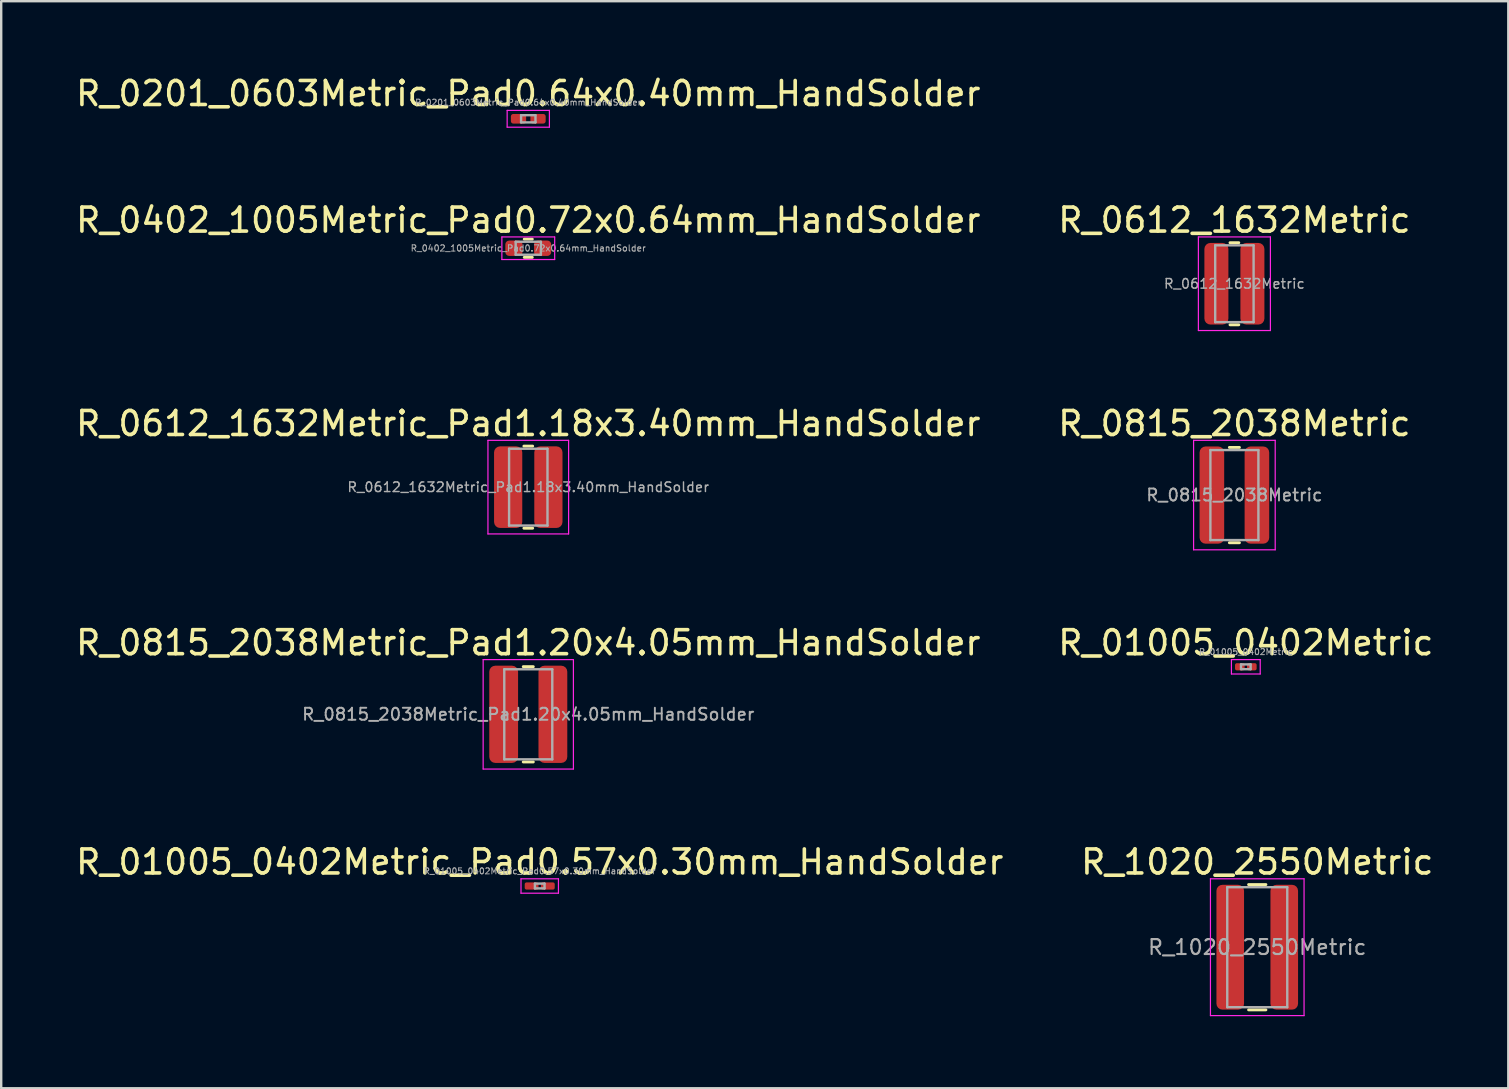
<source format=kicad_pcb>
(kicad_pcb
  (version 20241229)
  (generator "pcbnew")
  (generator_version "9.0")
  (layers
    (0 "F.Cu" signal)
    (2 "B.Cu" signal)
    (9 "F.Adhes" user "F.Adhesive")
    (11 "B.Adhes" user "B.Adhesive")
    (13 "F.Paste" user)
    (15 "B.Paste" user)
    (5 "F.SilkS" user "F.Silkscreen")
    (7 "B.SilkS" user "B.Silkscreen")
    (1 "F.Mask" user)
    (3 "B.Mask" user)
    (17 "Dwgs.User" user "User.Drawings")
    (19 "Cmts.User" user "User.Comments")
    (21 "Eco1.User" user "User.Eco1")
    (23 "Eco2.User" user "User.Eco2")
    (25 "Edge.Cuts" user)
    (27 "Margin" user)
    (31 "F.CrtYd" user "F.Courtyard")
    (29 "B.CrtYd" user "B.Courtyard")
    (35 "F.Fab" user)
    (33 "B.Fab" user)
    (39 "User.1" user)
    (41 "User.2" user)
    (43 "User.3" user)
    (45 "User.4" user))
  (footprint "R_01005_0402Metric_Pad0.57x0.30mm_HandSolder"
    (layer "F.Cu")
    (at 19.435 33.861)
    (property "Reference" "R_01005_0402Metric_Pad0.57x0.30mm_HandSolder" (at 0 -1 0) (layer "F.SilkS") (effects (font (size 1 1) (thickness 0.15))))
    (attr smd)
    (fp_line (start -0.78 -0.3) (end 0.78 -0.3) (stroke (width 0.05) (type solid)) (layer "F.CrtYd"))
    (fp_line (start -0.78 0.3) (end -0.78 -0.3) (stroke (width 0.05) (type solid)) (layer "F.CrtYd"))
    (fp_line (start 0.78 -0.3) (end 0.78 0.3) (stroke (width 0.05) (type solid)) (layer "F.CrtYd"))
    (fp_line (start 0.78 0.3) (end -0.78 0.3) (stroke (width 0.05) (type solid)) (layer "F.CrtYd"))
    (fp_line (start -0.2 -0.1) (end 0.2 -0.1) (stroke (width 0.1) (type solid)) (layer "F.Fab"))
    (fp_line (start -0.2 0.1) (end -0.2 -0.1) (stroke (width 0.1) (type solid)) (layer "F.Fab"))
    (fp_line (start 0.2 -0.1) (end 0.2 0.1) (stroke (width 0.1) (type solid)) (layer "F.Fab"))
    (fp_line (start 0.2 0.1) (end -0.2 0.1) (stroke (width 0.1) (type solid)) (layer "F.Fab"))
    (fp_text user "${REFERENCE}" (at 0 -0.62 0) (layer "F.Fab") (effects (font (size 0.25 0.25) (thickness 0.04))))
    (pad "" smd roundrect (at -0.362 0) (size 0.41 0.27) (layers "F.Paste") (roundrect_rratio 0.25))
    (pad "" smd roundrect (at 0.362 0) (size 0.41 0.27) (layers "F.Paste") (roundrect_rratio 0.25))
    (pad "1" smd roundrect (at -0.338 0) (size 0.575 0.3) (layers "F.Cu" "F.Mask") (roundrect_rratio 0.25))
    (pad "2" smd roundrect (at 0.338 0) (size 0.575 0.3) (layers "F.Cu" "F.Mask") (roundrect_rratio 0.25)))
  (footprint "R_01005_0402Metric"
    (layer "F.Cu")
    (at 48.851 24.728)
    (property "Reference" "R_01005_0402Metric" (at 0 -1 0) (layer "F.SilkS") (effects (font (size 1 1) (thickness 0.15))))
    (attr smd)
    (fp_line (start -0.6 -0.3) (end 0.6 -0.3) (stroke (width 0.05) (type solid)) (layer "F.CrtYd"))
    (fp_line (start -0.6 0.3) (end -0.6 -0.3) (stroke (width 0.05) (type solid)) (layer "F.CrtYd"))
    (fp_line (start 0.6 -0.3) (end 0.6 0.3) (stroke (width 0.05) (type solid)) (layer "F.CrtYd"))
    (fp_line (start 0.6 0.3) (end -0.6 0.3) (stroke (width 0.05) (type solid)) (layer "F.CrtYd"))
    (fp_line (start -0.2 -0.1) (end 0.2 -0.1) (stroke (width 0.1) (type solid)) (layer "F.Fab"))
    (fp_line (start -0.2 0.1) (end -0.2 -0.1) (stroke (width 0.1) (type solid)) (layer "F.Fab"))
    (fp_line (start 0.2 -0.1) (end 0.2 0.1) (stroke (width 0.1) (type solid)) (layer "F.Fab"))
    (fp_line (start 0.2 0.1) (end -0.2 0.1) (stroke (width 0.1) (type solid)) (layer "F.Fab"))
    (fp_text user "${REFERENCE}" (at 0 -0.62 0) (layer "F.Fab") (effects (font (size 0.25 0.25) (thickness 0.04))))
    (pad "" smd roundrect (at -0.275 0) (size 0.27 0.27) (layers "F.Paste") (roundrect_rratio 0.25))
    (pad "" smd roundrect (at 0.275 0) (size 0.27 0.27) (layers "F.Paste") (roundrect_rratio 0.25))
    (pad "1" smd roundrect (at -0.25 0) (size 0.4 0.3) (layers "F.Cu" "F.Mask") (roundrect_rratio 0.25))
    (pad "2" smd roundrect (at 0.25 0) (size 0.4 0.3) (layers "F.Cu" "F.Mask") (roundrect_rratio 0.25)))
  (footprint "R_0612_1632Metric"
    (layer "F.Cu")
    (at 48.375 8.771)
    (property "Reference" "R_0612_1632Metric" (at 0 -2.65 0) (layer "F.SilkS") (effects (font (size 1 1) (thickness 0.15))))
    (attr smd)
    (fp_line (start -0.183 -1.71) (end 0.183 -1.71) (stroke (width 0.12) (type solid)) (layer "F.SilkS"))
    (fp_line (start -0.183 1.71) (end 0.183 1.71) (stroke (width 0.12) (type solid)) (layer "F.SilkS"))
    (fp_line (start -1.5 -1.95) (end 1.5 -1.95) (stroke (width 0.05) (type solid)) (layer "F.CrtYd"))
    (fp_line (start -1.5 1.95) (end -1.5 -1.95) (stroke (width 0.05) (type solid)) (layer "F.CrtYd"))
    (fp_line (start 1.5 -1.95) (end 1.5 1.95) (stroke (width 0.05) (type solid)) (layer "F.CrtYd"))
    (fp_line (start 1.5 1.95) (end -1.5 1.95) (stroke (width 0.05) (type solid)) (layer "F.CrtYd"))
    (fp_line (start -0.8 -1.6) (end 0.8 -1.6) (stroke (width 0.1) (type solid)) (layer "F.Fab"))
    (fp_line (start -0.8 1.6) (end -0.8 -1.6) (stroke (width 0.1) (type solid)) (layer "F.Fab"))
    (fp_line (start 0.8 -1.6) (end 0.8 1.6) (stroke (width 0.1) (type solid)) (layer "F.Fab"))
    (fp_line (start 0.8 1.6) (end -0.8 1.6) (stroke (width 0.1) (type solid)) (layer "F.Fab"))
    (fp_text user "${REFERENCE}" (at 0 0 0) (layer "F.Fab") (effects (font (size 0.4 0.4) (thickness 0.06))))
    (pad "1" smd roundrect (at -0.75 0) (size 1 3.4) (layers "F.Cu" "F.Mask" "F.Paste") (roundrect_rratio 0.25))
    (pad "2" smd roundrect (at 0.75 0) (size 1 3.4) (layers "F.Cu" "F.Mask" "F.Paste") (roundrect_rratio 0.25)))
  (footprint "R_0815_2038Metric_Pad1.20x4.05mm_HandSolder"
    (layer "F.Cu")
    (at 18.958 26.708)
    (property "Reference" "R_0815_2038Metric_Pad1.20x4.05mm_HandSolder" (at 0 -2.98 0) (layer "F.SilkS") (effects (font (size 1 1) (thickness 0.15))))
    (attr smd)
    (fp_line (start -0.21 -1.985) (end 0.21 -1.985) (stroke (width 0.12) (type solid)) (layer "F.SilkS"))
    (fp_line (start -0.21 1.985) (end 0.21 1.985) (stroke (width 0.12) (type solid)) (layer "F.SilkS"))
    (fp_line (start -1.88 -2.28) (end 1.88 -2.28) (stroke (width 0.05) (type solid)) (layer "F.CrtYd"))
    (fp_line (start -1.88 2.28) (end -1.88 -2.28) (stroke (width 0.05) (type solid)) (layer "F.CrtYd"))
    (fp_line (start 1.88 -2.28) (end 1.88 2.28) (stroke (width 0.05) (type solid)) (layer "F.CrtYd"))
    (fp_line (start 1.88 2.28) (end -1.88 2.28) (stroke (width 0.05) (type solid)) (layer "F.CrtYd"))
    (fp_line (start -1 -1.875) (end 1 -1.875) (stroke (width 0.1) (type solid)) (layer "F.Fab"))
    (fp_line (start -1 1.875) (end -1 -1.875) (stroke (width 0.1) (type solid)) (layer "F.Fab"))
    (fp_line (start 1 -1.875) (end 1 1.875) (stroke (width 0.1) (type solid)) (layer "F.Fab"))
    (fp_line (start 1 1.875) (end -1 1.875) (stroke (width 0.1) (type solid)) (layer "F.Fab"))
    (fp_text user "${REFERENCE}" (at 0 0 0) (layer "F.Fab") (effects (font (size 0.5 0.5) (thickness 0.08))))
    (pad "1" smd roundrect (at -1.025 0) (size 1.2 4.05) (layers "F.Cu" "F.Mask" "F.Paste") (roundrect_rratio 0.208))
    (pad "2" smd roundrect (at 1.025 0) (size 1.2 4.05) (layers "F.Cu" "F.Mask" "F.Paste") (roundrect_rratio 0.208)))
  (footprint "R_0402_1005Metric_Pad0.72x0.64mm_HandSolder"
    (layer "F.Cu")
    (at 18.958 7.292)
    (property "Reference" "R_0402_1005Metric_Pad0.72x0.64mm_HandSolder" (at 0 -1.17 0) (layer "F.SilkS") (effects (font (size 1 1) (thickness 0.15))))
    (attr smd)
    (fp_line (start -0.168 -0.38) (end 0.168 -0.38) (stroke (width 0.12) (type solid)) (layer "F.SilkS"))
    (fp_line (start -0.168 0.38) (end 0.168 0.38) (stroke (width 0.12) (type solid)) (layer "F.SilkS"))
    (fp_line (start -1.1 -0.47) (end 1.1 -0.47) (stroke (width 0.05) (type solid)) (layer "F.CrtYd"))
    (fp_line (start -1.1 0.47) (end -1.1 -0.47) (stroke (width 0.05) (type solid)) (layer "F.CrtYd"))
    (fp_line (start 1.1 -0.47) (end 1.1 0.47) (stroke (width 0.05) (type solid)) (layer "F.CrtYd"))
    (fp_line (start 1.1 0.47) (end -1.1 0.47) (stroke (width 0.05) (type solid)) (layer "F.CrtYd"))
    (fp_line (start -0.525 -0.27) (end 0.525 -0.27) (stroke (width 0.1) (type solid)) (layer "F.Fab"))
    (fp_line (start -0.525 0.27) (end -0.525 -0.27) (stroke (width 0.1) (type solid)) (layer "F.Fab"))
    (fp_line (start 0.525 -0.27) (end 0.525 0.27) (stroke (width 0.1) (type solid)) (layer "F.Fab"))
    (fp_line (start 0.525 0.27) (end -0.525 0.27) (stroke (width 0.1) (type solid)) (layer "F.Fab"))
    (fp_text user "${REFERENCE}" (at 0 0 0) (layer "F.Fab") (effects (font (size 0.26 0.26) (thickness 0.04))))
    (pad "1" smd roundrect (at -0.598 0) (size 0.715 0.64) (layers "F.Cu" "F.Mask" "F.Paste") (roundrect_rratio 0.25))
    (pad "2" smd roundrect (at 0.598 0) (size 0.715 0.64) (layers "F.Cu" "F.Mask" "F.Paste") (roundrect_rratio 0.25)))
  (footprint "R_1020_2550Metric"
    (layer "F.Cu")
    (at 49.327 36.411)
    (property "Reference" "R_1020_2550Metric" (at 0 -3.55 0) (layer "F.SilkS") (effects (font (size 1 1) (thickness 0.15))))
    (attr smd)
    (fp_line (start -0.361 -2.61) (end 0.361 -2.61) (stroke (width 0.12) (type solid)) (layer "F.SilkS"))
    (fp_line (start -0.361 2.61) (end 0.361 2.61) (stroke (width 0.12) (type solid)) (layer "F.SilkS"))
    (fp_line (start -1.95 -2.85) (end 1.95 -2.85) (stroke (width 0.05) (type solid)) (layer "F.CrtYd"))
    (fp_line (start -1.95 2.85) (end -1.95 -2.85) (stroke (width 0.05) (type solid)) (layer "F.CrtYd"))
    (fp_line (start 1.95 -2.85) (end 1.95 2.85) (stroke (width 0.05) (type solid)) (layer "F.CrtYd"))
    (fp_line (start 1.95 2.85) (end -1.95 2.85) (stroke (width 0.05) (type solid)) (layer "F.CrtYd"))
    (fp_line (start -1.25 -2.5) (end 1.25 -2.5) (stroke (width 0.1) (type solid)) (layer "F.Fab"))
    (fp_line (start -1.25 2.5) (end -1.25 -2.5) (stroke (width 0.1) (type solid)) (layer "F.Fab"))
    (fp_line (start 1.25 -2.5) (end 1.25 2.5) (stroke (width 0.1) (type solid)) (layer "F.Fab"))
    (fp_line (start 1.25 2.5) (end -1.25 2.5) (stroke (width 0.1) (type solid)) (layer "F.Fab"))
    (fp_text user "${REFERENCE}" (at 0 0 0) (layer "F.Fab") (effects (font (size 0.62 0.62) (thickness 0.09))))
    (pad "1" smd roundrect (at -1.125 0) (size 1.15 5.2) (layers "F.Cu" "F.Mask" "F.Paste") (roundrect_rratio 0.217))
    (pad "2" smd roundrect (at 1.125 0) (size 1.15 5.2) (layers "F.Cu" "F.Mask" "F.Paste") (roundrect_rratio 0.217)))
  (footprint "R_0201_0603Metric_Pad0.64x0.40mm_HandSolder"
    (layer "F.Cu")
    (at 18.958 1.898)
    (property "Reference" "R_0201_0603Metric_Pad0.64x0.40mm_HandSolder" (at 0 -1.05 0) (layer "F.SilkS") (effects (font (size 1 1) (thickness 0.15))))
    (attr smd)
    (fp_line (start -0.88 -0.35) (end 0.88 -0.35) (stroke (width 0.05) (type solid)) (layer "F.CrtYd"))
    (fp_line (start -0.88 0.35) (end -0.88 -0.35) (stroke (width 0.05) (type solid)) (layer "F.CrtYd"))
    (fp_line (start 0.88 -0.35) (end 0.88 0.35) (stroke (width 0.05) (type solid)) (layer "F.CrtYd"))
    (fp_line (start 0.88 0.35) (end -0.88 0.35) (stroke (width 0.05) (type solid)) (layer "F.CrtYd"))
    (fp_line (start -0.3 -0.15) (end 0.3 -0.15) (stroke (width 0.1) (type solid)) (layer "F.Fab"))
    (fp_line (start -0.3 0.15) (end -0.3 -0.15) (stroke (width 0.1) (type solid)) (layer "F.Fab"))
    (fp_line (start 0.3 -0.15) (end 0.3 0.15) (stroke (width 0.1) (type solid)) (layer "F.Fab"))
    (fp_line (start 0.3 0.15) (end -0.3 0.15) (stroke (width 0.1) (type solid)) (layer "F.Fab"))
    (fp_text user "${REFERENCE}" (at 0 -0.68 0) (layer "F.Fab") (effects (font (size 0.25 0.25) (thickness 0.04))))
    (pad "" smd roundrect (at -0.432 0) (size 0.458 0.36) (layers "F.Paste") (roundrect_rratio 0.25))
    (pad "" smd roundrect (at 0.432 0) (size 0.458 0.36) (layers "F.Paste") (roundrect_rratio 0.25))
    (pad "1" smd roundrect (at -0.407 0) (size 0.635 0.4) (layers "F.Cu" "F.Mask") (roundrect_rratio 0.25))
    (pad "2" smd roundrect (at 0.407 0) (size 0.635 0.4) (layers "F.Cu" "F.Mask") (roundrect_rratio 0.25)))
  (footprint "R_0612_1632Metric_Pad1.18x3.40mm_HandSolder"
    (layer "F.Cu")
    (at 18.958 17.245)
    (property "Reference" "R_0612_1632Metric_Pad1.18x3.40mm_HandSolder" (at 0 -2.65 0) (layer "F.SilkS") (effects (font (size 1 1) (thickness 0.15))))
    (attr smd)
    (fp_line (start -0.183 -1.71) (end 0.183 -1.71) (stroke (width 0.12) (type solid)) (layer "F.SilkS"))
    (fp_line (start -0.183 1.71) (end 0.183 1.71) (stroke (width 0.12) (type solid)) (layer "F.SilkS"))
    (fp_line (start -1.68 -1.95) (end 1.68 -1.95) (stroke (width 0.05) (type solid)) (layer "F.CrtYd"))
    (fp_line (start -1.68 1.95) (end -1.68 -1.95) (stroke (width 0.05) (type solid)) (layer "F.CrtYd"))
    (fp_line (start 1.68 -1.95) (end 1.68 1.95) (stroke (width 0.05) (type solid)) (layer "F.CrtYd"))
    (fp_line (start 1.68 1.95) (end -1.68 1.95) (stroke (width 0.05) (type solid)) (layer "F.CrtYd"))
    (fp_line (start -0.8 -1.6) (end 0.8 -1.6) (stroke (width 0.1) (type solid)) (layer "F.Fab"))
    (fp_line (start -0.8 1.6) (end -0.8 -1.6) (stroke (width 0.1) (type solid)) (layer "F.Fab"))
    (fp_line (start 0.8 -1.6) (end 0.8 1.6) (stroke (width 0.1) (type solid)) (layer "F.Fab"))
    (fp_line (start 0.8 1.6) (end -0.8 1.6) (stroke (width 0.1) (type solid)) (layer "F.Fab"))
    (fp_text user "${REFERENCE}" (at 0 0 0) (layer "F.Fab") (effects (font (size 0.4 0.4) (thickness 0.06))))
    (pad "1" smd roundrect (at -0.838 0) (size 1.175 3.4) (layers "F.Cu" "F.Mask" "F.Paste") (roundrect_rratio 0.213))
    (pad "2" smd roundrect (at 0.838 0) (size 1.175 3.4) (layers "F.Cu" "F.Mask" "F.Paste") (roundrect_rratio 0.213)))
  (footprint "R_0815_2038Metric"
    (layer "F.Cu")
    (at 48.375 17.575)
    (property "Reference" "R_0815_2038Metric" (at 0 -2.98 0) (layer "F.SilkS") (effects (font (size 1 1) (thickness 0.15))))
    (attr smd)
    (fp_line (start -0.21 -1.985) (end 0.21 -1.985) (stroke (width 0.12) (type solid)) (layer "F.SilkS"))
    (fp_line (start -0.21 1.985) (end 0.21 1.985) (stroke (width 0.12) (type solid)) (layer "F.SilkS"))
    (fp_line (start -1.7 -2.28) (end 1.7 -2.28) (stroke (width 0.05) (type solid)) (layer "F.CrtYd"))
    (fp_line (start -1.7 2.28) (end -1.7 -2.28) (stroke (width 0.05) (type solid)) (layer "F.CrtYd"))
    (fp_line (start 1.7 -2.28) (end 1.7 2.28) (stroke (width 0.05) (type solid)) (layer "F.CrtYd"))
    (fp_line (start 1.7 2.28) (end -1.7 2.28) (stroke (width 0.05) (type solid)) (layer "F.CrtYd"))
    (fp_line (start -1 -1.875) (end 1 -1.875) (stroke (width 0.1) (type solid)) (layer "F.Fab"))
    (fp_line (start -1 1.875) (end -1 -1.875) (stroke (width 0.1) (type solid)) (layer "F.Fab"))
    (fp_line (start 1 -1.875) (end 1 1.875) (stroke (width 0.1) (type solid)) (layer "F.Fab"))
    (fp_line (start 1 1.875) (end -1 1.875) (stroke (width 0.1) (type solid)) (layer "F.Fab"))
    (fp_text user "${REFERENCE}" (at 0 0 0) (layer "F.Fab") (effects (font (size 0.5 0.5) (thickness 0.08))))
    (pad "1" smd roundrect (at -0.938 0) (size 1.025 4.05) (layers "F.Cu" "F.Mask" "F.Paste") (roundrect_rratio 0.244))
    (pad "2" smd roundrect (at 0.938 0) (size 1.025 4.05) (layers "F.Cu" "F.Mask" "F.Paste") (roundrect_rratio 0.244)))
  (gr_rect
    (start -3 -3)
    (end 59.786 42.286)
    (stroke (width 0.1) (type default))
    (fill no)
    (layer "Edge.Cuts")))
</source>
